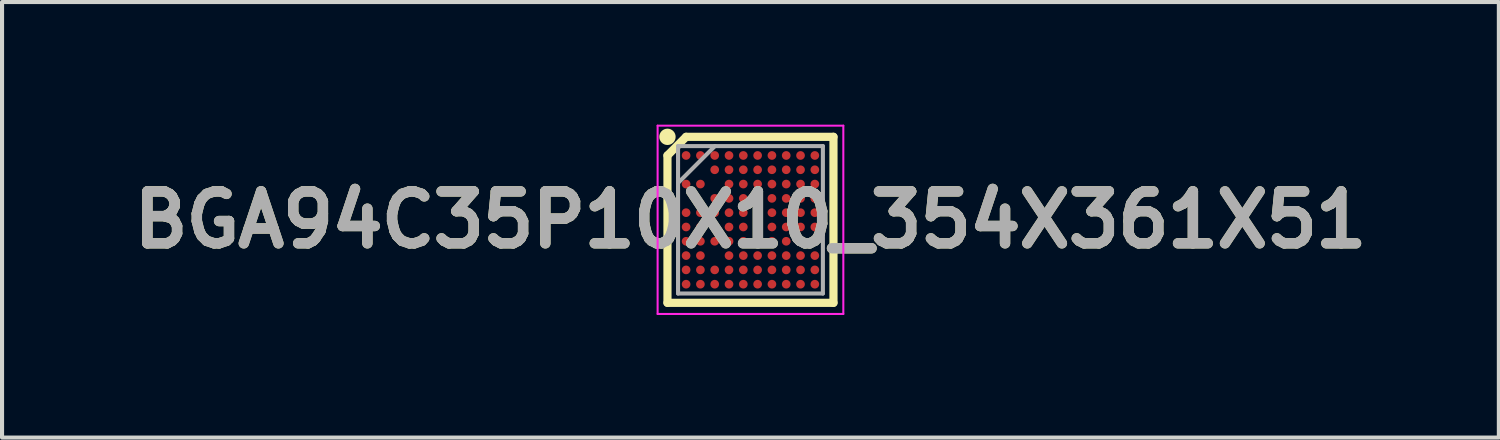
<source format=kicad_pcb>
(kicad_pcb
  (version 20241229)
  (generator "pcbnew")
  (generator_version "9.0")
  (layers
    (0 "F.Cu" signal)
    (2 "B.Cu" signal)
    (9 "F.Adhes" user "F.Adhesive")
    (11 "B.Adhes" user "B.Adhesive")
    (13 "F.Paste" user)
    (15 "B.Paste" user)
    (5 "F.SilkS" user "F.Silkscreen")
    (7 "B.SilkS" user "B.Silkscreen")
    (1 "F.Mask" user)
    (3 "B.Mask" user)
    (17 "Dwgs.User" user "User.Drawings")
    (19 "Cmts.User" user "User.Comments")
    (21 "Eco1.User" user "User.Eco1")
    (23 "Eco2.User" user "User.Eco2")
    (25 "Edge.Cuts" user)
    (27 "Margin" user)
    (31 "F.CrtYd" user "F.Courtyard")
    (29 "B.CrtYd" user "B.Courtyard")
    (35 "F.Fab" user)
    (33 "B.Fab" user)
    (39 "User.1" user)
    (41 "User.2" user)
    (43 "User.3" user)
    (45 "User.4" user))
  (footprint "BGA94C35P10X10_354X361X51"
    (layer "F.Cu")
    (at 15.313 2.329)
    (property "Reference" "BGA94C35P10X10_354X361X51" (at 0 0 0) (layer "F.SilkS") (effects (font (size 1.27 1.27) (thickness 0.254))))
    (attr smd)
    (fp_line (start -2.031 -1.575) (end -1.575 -2.031) (stroke (width 0.2) (type solid)) (layer "F.SilkS"))
    (fp_line (start -2.031 2.031) (end -2.031 -1.575) (stroke (width 0.2) (type solid)) (layer "F.SilkS"))
    (fp_line (start -1.575 -2.031) (end 2.031 -2.031) (stroke (width 0.2) (type solid)) (layer "F.SilkS"))
    (fp_line (start 2.031 -2.031) (end 2.031 2.031) (stroke (width 0.2) (type solid)) (layer "F.SilkS"))
    (fp_line (start 2.031 2.031) (end -2.031 2.031) (stroke (width 0.2) (type solid)) (layer "F.SilkS"))
    (fp_circle (center -2.031 -2.031) (end -2.031 -1.931) (stroke (width 0.2) (type solid)) (fill no) (layer "F.SilkS"))
    (fp_line (start -2.272 -2.304) (end 2.272 -2.304) (stroke (width 0.05) (type solid)) (layer "F.CrtYd"))
    (fp_line (start -2.272 2.303) (end -2.272 -2.304) (stroke (width 0.05) (type solid)) (layer "F.CrtYd"))
    (fp_line (start 2.272 -2.304) (end 2.272 2.303) (stroke (width 0.05) (type solid)) (layer "F.CrtYd"))
    (fp_line (start 2.272 2.303) (end -2.272 2.303) (stroke (width 0.05) (type solid)) (layer "F.CrtYd"))
    (fp_line (start -1.772 -1.804) (end 1.772 -1.804) (stroke (width 0.1) (type solid)) (layer "F.Fab"))
    (fp_line (start -1.772 -0.902) (end -0.87 -1.804) (stroke (width 0.1) (type solid)) (layer "F.Fab"))
    (fp_line (start -1.772 1.803) (end -1.772 -1.804) (stroke (width 0.1) (type solid)) (layer "F.Fab"))
    (fp_line (start 1.772 -1.804) (end 1.772 1.803) (stroke (width 0.1) (type solid)) (layer "F.Fab"))
    (fp_line (start 1.772 1.803) (end -1.772 1.803) (stroke (width 0.1) (type solid)) (layer "F.Fab"))
    (fp_text user "${REFERENCE}" (at 0 0 0) (layer "F.Fab") (effects (font (size 1.27 1.27) (thickness 0.254))))
    (pad "A1" smd circle (at -1.575 -1.575 90) (size 0.212 0.212) (layers "F.Cu" "F.Mask" "F.Paste"))
    (pad "A2" smd circle (at -1.225 -1.575 90) (size 0.212 0.212) (layers "F.Cu" "F.Mask" "F.Paste"))
    (pad "A3" smd circle (at -0.875 -1.575 90) (size 0.212 0.212) (layers "F.Cu" "F.Mask" "F.Paste"))
    (pad "A4" smd circle (at -0.525 -1.575 90) (size 0.212 0.212) (layers "F.Cu" "F.Mask" "F.Paste"))
    (pad "A5" smd circle (at -0.175 -1.575 90) (size 0.212 0.212) (layers "F.Cu" "F.Mask" "F.Paste"))
    (pad "A6" smd circle (at 0.175 -1.575 90) (size 0.212 0.212) (layers "F.Cu" "F.Mask" "F.Paste"))
    (pad "A7" smd circle (at 0.525 -1.575 90) (size 0.212 0.212) (layers "F.Cu" "F.Mask" "F.Paste"))
    (pad "A8" smd circle (at 0.875 -1.575 90) (size 0.212 0.212) (layers "F.Cu" "F.Mask" "F.Paste"))
    (pad "A9" smd circle (at 1.225 -1.575 90) (size 0.212 0.212) (layers "F.Cu" "F.Mask" "F.Paste"))
    (pad "A10" smd circle (at 1.575 -1.575 90) (size 0.212 0.212) (layers "F.Cu" "F.Mask" "F.Paste"))
    (pad "B3" smd circle (at -0.875 -1.225 90) (size 0.212 0.212) (layers "F.Cu" "F.Mask" "F.Paste"))
    (pad "B4" smd circle (at -0.525 -1.225 90) (size 0.212 0.212) (layers "F.Cu" "F.Mask" "F.Paste"))
    (pad "B5" smd circle (at -0.175 -1.225 90) (size 0.212 0.212) (layers "F.Cu" "F.Mask" "F.Paste"))
    (pad "B6" smd circle (at 0.175 -1.225 90) (size 0.212 0.212) (layers "F.Cu" "F.Mask" "F.Paste"))
    (pad "B7" smd circle (at 0.525 -1.225 90) (size 0.212 0.212) (layers "F.Cu" "F.Mask" "F.Paste"))
    (pad "B8" smd circle (at 0.875 -1.225 90) (size 0.212 0.212) (layers "F.Cu" "F.Mask" "F.Paste"))
    (pad "B9" smd circle (at 1.225 -1.225 90) (size 0.212 0.212) (layers "F.Cu" "F.Mask" "F.Paste"))
    (pad "B10" smd circle (at 1.575 -1.225 90) (size 0.212 0.212) (layers "F.Cu" "F.Mask" "F.Paste"))
    (pad "C1" smd circle (at -1.575 -0.875 90) (size 0.212 0.212) (layers "F.Cu" "F.Mask" "F.Paste"))
    (pad "C2" smd circle (at -1.225 -0.875 90) (size 0.212 0.212) (layers "F.Cu" "F.Mask" "F.Paste"))
    (pad "C4" smd circle (at -0.525 -0.875 90) (size 0.212 0.212) (layers "F.Cu" "F.Mask" "F.Paste"))
    (pad "C5" smd circle (at -0.175 -0.875 90) (size 0.212 0.212) (layers "F.Cu" "F.Mask" "F.Paste"))
    (pad "C6" smd circle (at 0.175 -0.875 90) (size 0.212 0.212) (layers "F.Cu" "F.Mask" "F.Paste"))
    (pad "C7" smd circle (at 0.525 -0.875 90) (size 0.212 0.212) (layers "F.Cu" "F.Mask" "F.Paste"))
    (pad "C8" smd circle (at 0.875 -0.875 90) (size 0.212 0.212) (layers "F.Cu" "F.Mask" "F.Paste"))
    (pad "C9" smd circle (at 1.225 -0.875 90) (size 0.212 0.212) (layers "F.Cu" "F.Mask" "F.Paste"))
    (pad "C10" smd circle (at 1.575 -0.875 90) (size 0.212 0.212) (layers "F.Cu" "F.Mask" "F.Paste"))
    (pad "D3" smd circle (at -0.875 -0.525 90) (size 0.212 0.212) (layers "F.Cu" "F.Mask" "F.Paste"))
    (pad "D4" smd circle (at -0.525 -0.525 90) (size 0.212 0.212) (layers "F.Cu" "F.Mask" "F.Paste"))
    (pad "D5" smd circle (at -0.175 -0.525 90) (size 0.212 0.212) (layers "F.Cu" "F.Mask" "F.Paste"))
    (pad "D6" smd circle (at 0.175 -0.525 90) (size 0.212 0.212) (layers "F.Cu" "F.Mask" "F.Paste"))
    (pad "D7" smd circle (at 0.525 -0.525 90) (size 0.212 0.212) (layers "F.Cu" "F.Mask" "F.Paste"))
    (pad "D8" smd circle (at 0.875 -0.525 90) (size 0.212 0.212) (layers "F.Cu" "F.Mask" "F.Paste"))
    (pad "D9" smd circle (at 1.225 -0.525 90) (size 0.212 0.212) (layers "F.Cu" "F.Mask" "F.Paste"))
    (pad "D10" smd circle (at 1.575 -0.525 90) (size 0.212 0.212) (layers "F.Cu" "F.Mask" "F.Paste"))
    (pad "E1" smd circle (at -1.575 -0.175 90) (size 0.212 0.212) (layers "F.Cu" "F.Mask" "F.Paste"))
    (pad "E2" smd circle (at -1.225 -0.175 90) (size 0.212 0.212) (layers "F.Cu" "F.Mask" "F.Paste"))
    (pad "E3" smd circle (at -0.875 -0.175 90) (size 0.212 0.212) (layers "F.Cu" "F.Mask" "F.Paste"))
    (pad "E4" smd circle (at -0.525 -0.175 90) (size 0.212 0.212) (layers "F.Cu" "F.Mask" "F.Paste"))
    (pad "E5" smd circle (at -0.175 -0.175 90) (size 0.212 0.212) (layers "F.Cu" "F.Mask" "F.Paste"))
    (pad "E6" smd circle (at 0.175 -0.175 90) (size 0.212 0.212) (layers "F.Cu" "F.Mask" "F.Paste"))
    (pad "E7" smd circle (at 0.525 -0.175 90) (size 0.212 0.212) (layers "F.Cu" "F.Mask" "F.Paste"))
    (pad "E8" smd circle (at 0.875 -0.175 90) (size 0.212 0.212) (layers "F.Cu" "F.Mask" "F.Paste"))
    (pad "E9" smd circle (at 1.225 -0.175 90) (size 0.212 0.212) (layers "F.Cu" "F.Mask" "F.Paste"))
    (pad "E10" smd circle (at 1.575 -0.175 90) (size 0.212 0.212) (layers "F.Cu" "F.Mask" "F.Paste"))
    (pad "F1" smd circle (at -1.575 0.175 90) (size 0.212 0.212) (layers "F.Cu" "F.Mask" "F.Paste"))
    (pad "F2" smd circle (at -1.225 0.175 90) (size 0.212 0.212) (layers "F.Cu" "F.Mask" "F.Paste"))
    (pad "F3" smd circle (at -0.875 0.175 90) (size 0.212 0.212) (layers "F.Cu" "F.Mask" "F.Paste"))
    (pad "F4" smd circle (at -0.525 0.175 90) (size 0.212 0.212) (layers "F.Cu" "F.Mask" "F.Paste"))
    (pad "F5" smd circle (at -0.175 0.175 90) (size 0.212 0.212) (layers "F.Cu" "F.Mask" "F.Paste"))
    (pad "F6" smd circle (at 0.175 0.175 90) (size 0.212 0.212) (layers "F.Cu" "F.Mask" "F.Paste"))
    (pad "F7" smd circle (at 0.525 0.175 90) (size 0.212 0.212) (layers "F.Cu" "F.Mask" "F.Paste"))
    (pad "F8" smd circle (at 0.875 0.175 90) (size 0.212 0.212) (layers "F.Cu" "F.Mask" "F.Paste"))
    (pad "F9" smd circle (at 1.225 0.175 90) (size 0.212 0.212) (layers "F.Cu" "F.Mask" "F.Paste"))
    (pad "F10" smd circle (at 1.575 0.175 90) (size 0.212 0.212) (layers "F.Cu" "F.Mask" "F.Paste"))
    (pad "G1" smd circle (at -1.575 0.525 90) (size 0.212 0.212) (layers "F.Cu" "F.Mask" "F.Paste"))
    (pad "G2" smd circle (at -1.225 0.525 90) (size 0.212 0.212) (layers "F.Cu" "F.Mask" "F.Paste"))
    (pad "G3" smd circle (at -0.875 0.525 90) (size 0.212 0.212) (layers "F.Cu" "F.Mask" "F.Paste"))
    (pad "G4" smd circle (at -0.525 0.525 90) (size 0.212 0.212) (layers "F.Cu" "F.Mask" "F.Paste"))
    (pad "G5" smd circle (at -0.175 0.525 90) (size 0.212 0.212) (layers "F.Cu" "F.Mask" "F.Paste"))
    (pad "G6" smd circle (at 0.175 0.525 90) (size 0.212 0.212) (layers "F.Cu" "F.Mask" "F.Paste"))
    (pad "G7" smd circle (at 0.525 0.525 90) (size 0.212 0.212) (layers "F.Cu" "F.Mask" "F.Paste"))
    (pad "G8" smd circle (at 0.875 0.525 90) (size 0.212 0.212) (layers "F.Cu" "F.Mask" "F.Paste"))
    (pad "G9" smd circle (at 1.225 0.525 90) (size 0.212 0.212) (layers "F.Cu" "F.Mask" "F.Paste"))
    (pad "G10" smd circle (at 1.575 0.525 90) (size 0.212 0.212) (layers "F.Cu" "F.Mask" "F.Paste"))
    (pad "H1" smd circle (at -1.575 0.875 90) (size 0.212 0.212) (layers "F.Cu" "F.Mask" "F.Paste"))
    (pad "H2" smd circle (at -1.225 0.875 90) (size 0.212 0.212) (layers "F.Cu" "F.Mask" "F.Paste"))
    (pad "H4" smd circle (at -0.525 0.875 90) (size 0.212 0.212) (layers "F.Cu" "F.Mask" "F.Paste"))
    (pad "H5" smd circle (at -0.175 0.875 90) (size 0.212 0.212) (layers "F.Cu" "F.Mask" "F.Paste"))
    (pad "H6" smd circle (at 0.175 0.875 90) (size 0.212 0.212) (layers "F.Cu" "F.Mask" "F.Paste"))
    (pad "H7" smd circle (at 0.525 0.875 90) (size 0.212 0.212) (layers "F.Cu" "F.Mask" "F.Paste"))
    (pad "H8" smd circle (at 0.875 0.875 90) (size 0.212 0.212) (layers "F.Cu" "F.Mask" "F.Paste"))
    (pad "H9" smd circle (at 1.225 0.875 90) (size 0.212 0.212) (layers "F.Cu" "F.Mask" "F.Paste"))
    (pad "H10" smd circle (at 1.575 0.875 90) (size 0.212 0.212) (layers "F.Cu" "F.Mask" "F.Paste"))
    (pad "J1" smd circle (at -1.575 1.225 90) (size 0.212 0.212) (layers "F.Cu" "F.Mask" "F.Paste"))
    (pad "J2" smd circle (at -1.225 1.225 90) (size 0.212 0.212) (layers "F.Cu" "F.Mask" "F.Paste"))
    (pad "J3" smd circle (at -0.875 1.225 90) (size 0.212 0.212) (layers "F.Cu" "F.Mask" "F.Paste"))
    (pad "J4" smd circle (at -0.525 1.225 90) (size 0.212 0.212) (layers "F.Cu" "F.Mask" "F.Paste"))
    (pad "J5" smd circle (at -0.175 1.225 90) (size 0.212 0.212) (layers "F.Cu" "F.Mask" "F.Paste"))
    (pad "J6" smd circle (at 0.175 1.225 90) (size 0.212 0.212) (layers "F.Cu" "F.Mask" "F.Paste"))
    (pad "J7" smd circle (at 0.525 1.225 90) (size 0.212 0.212) (layers "F.Cu" "F.Mask" "F.Paste"))
    (pad "J8" smd circle (at 0.875 1.225 90) (size 0.212 0.212) (layers "F.Cu" "F.Mask" "F.Paste"))
    (pad "J9" smd circle (at 1.225 1.225 90) (size 0.212 0.212) (layers "F.Cu" "F.Mask" "F.Paste"))
    (pad "J10" smd circle (at 1.575 1.225 90) (size 0.212 0.212) (layers "F.Cu" "F.Mask" "F.Paste"))
    (pad "K1" smd circle (at -1.575 1.575 90) (size 0.212 0.212) (layers "F.Cu" "F.Mask" "F.Paste"))
    (pad "K2" smd circle (at -1.225 1.575 90) (size 0.212 0.212) (layers "F.Cu" "F.Mask" "F.Paste"))
    (pad "K3" smd circle (at -0.875 1.575 90) (size 0.212 0.212) (layers "F.Cu" "F.Mask" "F.Paste"))
    (pad "K4" smd circle (at -0.525 1.575 90) (size 0.212 0.212) (layers "F.Cu" "F.Mask" "F.Paste"))
    (pad "K5" smd circle (at -0.175 1.575 90) (size 0.212 0.212) (layers "F.Cu" "F.Mask" "F.Paste"))
    (pad "K6" smd circle (at 0.175 1.575 90) (size 0.212 0.212) (layers "F.Cu" "F.Mask" "F.Paste"))
    (pad "K7" smd circle (at 0.525 1.575 90) (size 0.212 0.212) (layers "F.Cu" "F.Mask" "F.Paste"))
    (pad "K8" smd circle (at 0.875 1.575 90) (size 0.212 0.212) (layers "F.Cu" "F.Mask" "F.Paste"))
    (pad "K9" smd circle (at 1.225 1.575 90) (size 0.212 0.212) (layers "F.Cu" "F.Mask" "F.Paste"))
    (pad "K10" smd circle (at 1.575 1.575 90) (size 0.212 0.212) (layers "F.Cu" "F.Mask" "F.Paste")))
  (gr_rect
    (start -3 -3)
    (end 33.625 7.657)
    (stroke (width 0.1) (type default))
    (fill no)
    (layer "Edge.Cuts")))
</source>
